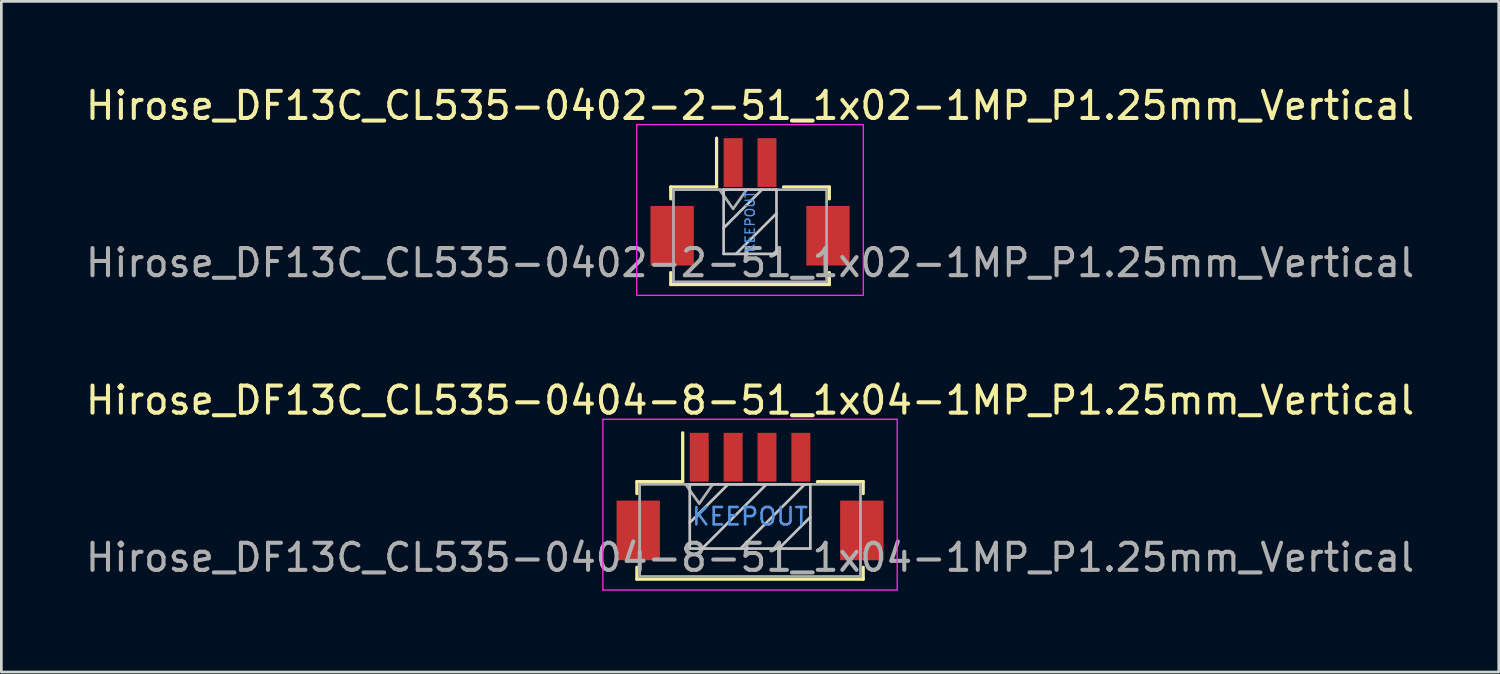
<source format=kicad_pcb>
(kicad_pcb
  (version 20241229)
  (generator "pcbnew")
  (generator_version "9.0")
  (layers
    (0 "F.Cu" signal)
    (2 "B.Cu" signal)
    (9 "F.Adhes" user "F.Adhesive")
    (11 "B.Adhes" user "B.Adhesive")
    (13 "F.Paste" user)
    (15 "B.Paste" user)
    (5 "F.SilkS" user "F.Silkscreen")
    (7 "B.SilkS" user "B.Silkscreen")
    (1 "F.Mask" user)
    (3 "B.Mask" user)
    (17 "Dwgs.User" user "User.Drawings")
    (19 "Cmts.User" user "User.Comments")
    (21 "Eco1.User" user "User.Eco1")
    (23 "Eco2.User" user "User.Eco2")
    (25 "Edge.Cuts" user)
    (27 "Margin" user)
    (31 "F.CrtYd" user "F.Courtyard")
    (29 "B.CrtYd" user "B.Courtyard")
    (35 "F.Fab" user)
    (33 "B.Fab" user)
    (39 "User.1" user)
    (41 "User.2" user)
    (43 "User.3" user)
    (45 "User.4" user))
  (footprint "Hirose_DF13C_CL535-0404-8-51_1x04-1MP_P1.25mm_Vertical"
    (layer "F.Cu")
    (at 24.625 15.271)
    (property "Reference" "Hirose_DF13C_CL535-0404-8-51_1x04-1MP_P1.25mm_Vertical" (at 0 -3.55 0) (layer "F.SilkS") (effects (font (size 1 1) (thickness 0.15))))
    (attr smd)
    (fp_line (start -4.175 -0.55) (end -4.175 -0.11) (stroke (width 0.12) (type solid)) (layer "F.SilkS"))
    (fp_line (start -4.175 2.61) (end -4.175 3.05) (stroke (width 0.12) (type solid)) (layer "F.SilkS"))
    (fp_line (start -4.175 3.05) (end 4.175 3.05) (stroke (width 0.12) (type solid)) (layer "F.SilkS"))
    (fp_line (start -2.485 -0.55) (end -4.175 -0.55) (stroke (width 0.12) (type solid)) (layer "F.SilkS"))
    (fp_line (start -2.485 -0.55) (end -2.485 -2.35) (stroke (width 0.12) (type solid)) (layer "F.SilkS"))
    (fp_line (start 2.485 -0.55) (end 4.175 -0.55) (stroke (width 0.12) (type solid)) (layer "F.SilkS"))
    (fp_line (start 4.175 -0.55) (end 4.175 -0.11) (stroke (width 0.12) (type solid)) (layer "F.SilkS"))
    (fp_line (start 4.175 3.05) (end 4.175 2.61) (stroke (width 0.12) (type solid)) (layer "F.SilkS"))
    (fp_line (start -2.225 -0.45) (end -2.225 1.92) (stroke (width 0.1) (type solid)) (layer "Dwgs.User"))
    (fp_line (start -2.225 1.92) (end 2.225 1.92) (stroke (width 0.1) (type solid)) (layer "Dwgs.User"))
    (fp_line (start -0.811 -0.45) (end -2.225 0.964) (stroke (width 0.1) (type solid)) (layer "Dwgs.User"))
    (fp_line (start 0.603 -0.45) (end -1.767 1.92) (stroke (width 0.1) (type solid)) (layer "Dwgs.User"))
    (fp_line (start 2.018 -0.45) (end -0.352 1.92) (stroke (width 0.1) (type solid)) (layer "Dwgs.User"))
    (fp_line (start 2.225 -0.45) (end -2.225 -0.45) (stroke (width 0.1) (type solid)) (layer "Dwgs.User"))
    (fp_line (start 2.225 0.757) (end 1.062 1.92) (stroke (width 0.1) (type solid)) (layer "Dwgs.User"))
    (fp_line (start 2.225 1.92) (end 2.225 -0.45) (stroke (width 0.1) (type solid)) (layer "Dwgs.User"))
    (fp_line (start -5.43 -2.85) (end -5.43 3.45) (stroke (width 0.05) (type solid)) (layer "F.CrtYd"))
    (fp_line (start -5.43 3.45) (end 5.43 3.45) (stroke (width 0.05) (type solid)) (layer "F.CrtYd"))
    (fp_line (start 5.43 -2.85) (end -5.43 -2.85) (stroke (width 0.05) (type solid)) (layer "F.CrtYd"))
    (fp_line (start 5.43 3.45) (end 5.43 -2.85) (stroke (width 0.05) (type solid)) (layer "F.CrtYd"))
    (fp_line (start -4.075 -0.45) (end -4.075 2.95) (stroke (width 0.1) (type solid)) (layer "F.Fab"))
    (fp_line (start -4.075 2.95) (end 4.075 2.95) (stroke (width 0.1) (type solid)) (layer "F.Fab"))
    (fp_line (start -2.375 -0.45) (end -1.875 0.257) (stroke (width 0.1) (type solid)) (layer "F.Fab"))
    (fp_line (start -1.875 0.257) (end -1.375 -0.45) (stroke (width 0.1) (type solid)) (layer "F.Fab"))
    (fp_line (start 4.075 -0.45) (end -4.075 -0.45) (stroke (width 0.1) (type solid)) (layer "F.Fab"))
    (fp_line (start 4.075 2.95) (end 4.075 -0.45) (stroke (width 0.1) (type solid)) (layer "F.Fab"))
    (fp_text user "KEEPOUT" (at 0 0.735 0) (layer "Cmts.User") (effects (font (size 0.64 0.64) (thickness 0.096))))
    (fp_text user "${REFERENCE}" (at 0 2.25 0) (layer "F.Fab") (effects (font (size 1 1) (thickness 0.15))))
    (pad "1" smd rect (at -1.875 -1.45) (size 0.7 1.8) (layers "F.Cu" "F.Mask" "F.Paste"))
    (pad "2" smd rect (at -0.625 -1.45) (size 0.7 1.8) (layers "F.Cu" "F.Mask" "F.Paste"))
    (pad "3" smd rect (at 0.625 -1.45) (size 0.7 1.8) (layers "F.Cu" "F.Mask" "F.Paste"))
    (pad "4" smd rect (at 1.875 -1.45) (size 0.7 1.8) (layers "F.Cu" "F.Mask" "F.Paste"))
    (pad "MP" smd rect (at -4.125 1.25) (size 1.6 2.2) (layers "F.Cu" "F.Mask" "F.Paste"))
    (pad "MP" smd rect (at 4.125 1.25) (size 1.6 2.2) (layers "F.Cu" "F.Mask" "F.Paste")))
  (footprint "Hirose_DF13C_CL535-0402-2-51_1x02-1MP_P1.25mm_Vertical"
    (layer "F.Cu")
    (at 24.625 4.398)
    (property "Reference" "Hirose_DF13C_CL535-0402-2-51_1x02-1MP_P1.25mm_Vertical" (at 0 -3.55 0) (layer "F.SilkS") (effects (font (size 1 1) (thickness 0.15))))
    (attr smd)
    (fp_line (start -2.925 -0.55) (end -2.925 -0.11) (stroke (width 0.12) (type solid)) (layer "F.SilkS"))
    (fp_line (start -2.925 2.61) (end -2.925 3.05) (stroke (width 0.12) (type solid)) (layer "F.SilkS"))
    (fp_line (start -2.925 3.05) (end 2.925 3.05) (stroke (width 0.12) (type solid)) (layer "F.SilkS"))
    (fp_line (start -1.235 -0.55) (end -2.925 -0.55) (stroke (width 0.12) (type solid)) (layer "F.SilkS"))
    (fp_line (start -1.235 -0.55) (end -1.235 -2.35) (stroke (width 0.12) (type solid)) (layer "F.SilkS"))
    (fp_line (start 1.235 -0.55) (end 2.925 -0.55) (stroke (width 0.12) (type solid)) (layer "F.SilkS"))
    (fp_line (start 2.925 -0.55) (end 2.925 -0.11) (stroke (width 0.12) (type solid)) (layer "F.SilkS"))
    (fp_line (start 2.925 3.05) (end 2.925 2.61) (stroke (width 0.12) (type solid)) (layer "F.SilkS"))
    (fp_line (start -0.975 -0.45) (end -0.975 1.92) (stroke (width 0.1) (type solid)) (layer "Dwgs.User"))
    (fp_line (start -0.975 1.92) (end 0.975 1.92) (stroke (width 0.1) (type solid)) (layer "Dwgs.User"))
    (fp_line (start 0.439 -0.45) (end -0.975 0.964) (stroke (width 0.1) (type solid)) (layer "Dwgs.User"))
    (fp_line (start 0.975 -0.45) (end -0.975 -0.45) (stroke (width 0.1) (type solid)) (layer "Dwgs.User"))
    (fp_line (start 0.975 0.428) (end -0.517 1.92) (stroke (width 0.1) (type solid)) (layer "Dwgs.User"))
    (fp_line (start 0.975 1.843) (end 0.898 1.92) (stroke (width 0.1) (type solid)) (layer "Dwgs.User"))
    (fp_line (start 0.975 1.92) (end 0.975 -0.45) (stroke (width 0.1) (type solid)) (layer "Dwgs.User"))
    (fp_line (start -4.18 -2.85) (end -4.18 3.45) (stroke (width 0.05) (type solid)) (layer "F.CrtYd"))
    (fp_line (start -4.18 3.45) (end 4.18 3.45) (stroke (width 0.05) (type solid)) (layer "F.CrtYd"))
    (fp_line (start 4.18 -2.85) (end -4.18 -2.85) (stroke (width 0.05) (type solid)) (layer "F.CrtYd"))
    (fp_line (start 4.18 3.45) (end 4.18 -2.85) (stroke (width 0.05) (type solid)) (layer "F.CrtYd"))
    (fp_line (start -2.825 -0.45) (end -2.825 2.95) (stroke (width 0.1) (type solid)) (layer "F.Fab"))
    (fp_line (start -2.825 2.95) (end 2.825 2.95) (stroke (width 0.1) (type solid)) (layer "F.Fab"))
    (fp_line (start -1.125 -0.45) (end -0.625 0.257) (stroke (width 0.1) (type solid)) (layer "F.Fab"))
    (fp_line (start -0.625 0.257) (end -0.125 -0.45) (stroke (width 0.1) (type solid)) (layer "F.Fab"))
    (fp_line (start 2.825 -0.45) (end -2.825 -0.45) (stroke (width 0.1) (type solid)) (layer "F.Fab"))
    (fp_line (start 2.825 2.95) (end 2.825 -0.45) (stroke (width 0.1) (type solid)) (layer "F.Fab"))
    (fp_text user "KEEPOUT" (at 0 0.735 90) (layer "Cmts.User") (effects (font (size 0.34 0.34) (thickness 0.051))))
    (fp_text user "${REFERENCE}" (at 0 2.25 0) (layer "F.Fab") (effects (font (size 1 1) (thickness 0.15))))
    (pad "1" smd rect (at -0.625 -1.45) (size 0.7 1.8) (layers "F.Cu" "F.Mask" "F.Paste"))
    (pad "2" smd rect (at 0.625 -1.45) (size 0.7 1.8) (layers "F.Cu" "F.Mask" "F.Paste"))
    (pad "MP" smd rect (at -2.875 1.25) (size 1.6 2.2) (layers "F.Cu" "F.Mask" "F.Paste"))
    (pad "MP" smd rect (at 2.875 1.25) (size 1.6 2.2) (layers "F.Cu" "F.Mask" "F.Paste")))
  (gr_rect
    (start -3 -3)
    (end 52.25 21.747)
    (stroke (width 0.1) (type default))
    (fill no)
    (layer "Edge.Cuts")))
</source>
